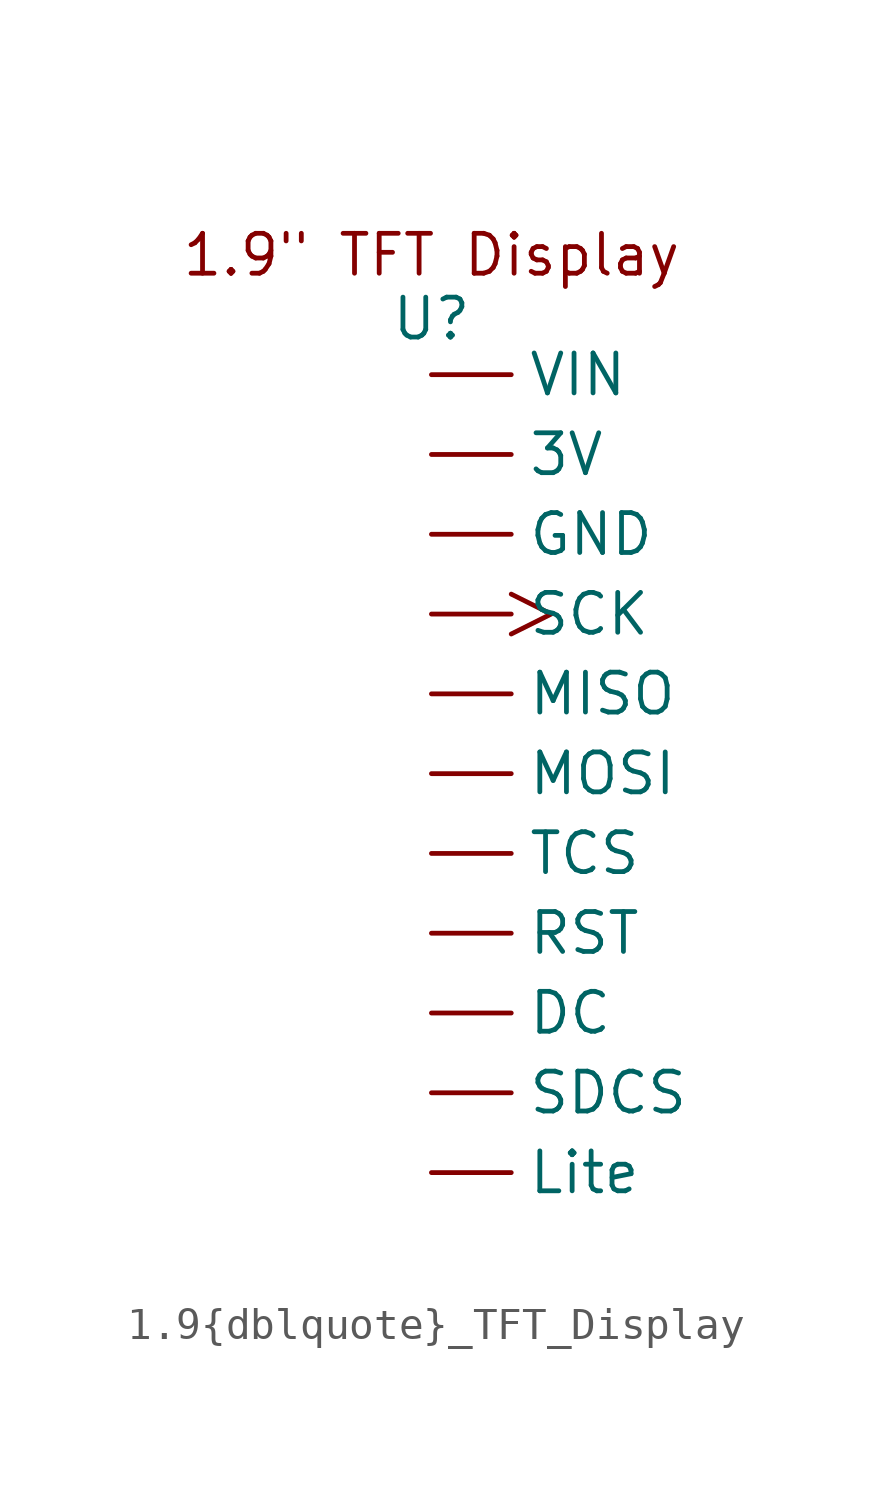
<source format=kicad_sym>
(kicad_symbol_lib
  (version 20231120)
  (generator "kicad_symbol_editor")
  (generator_version "8.0")
  (symbol "1.9{dblquote}_TFT_Display"
    (property "Reference" "U"
      (at 0 1.778 0)
      (effects (font (size 1.27 1.27))))
    (property "Value" ""
      (at 0 0 0)
      (effects (font (size 1.27 1.27))))
    (symbol "1.9{dblquote}_TFT_Display_1_1"
      (text "1.9\" TFT Display" (at 0 3.81 0) (effects (font (size 1.27 1.27))))
      (pin output line (at 0 -2.54 0) (length 2.54) (name "3V" (effects (font (size 1.27 1.27)))) (number "" (effects (font (size 1.27 1.27)))))
      (pin output line (at 0 -20.32 0) (length 2.54) (name "DC" (effects (font (size 1.27 1.27)))) (number "" (effects (font (size 1.27 1.27)))))
      (pin output line (at 0 -5.08 0) (length 2.54) (name "GND" (effects (font (size 1.27 1.27)))) (number "" (effects (font (size 1.27 1.27)))))
      (pin output line (at 0 -25.4 0) (length 2.54) (name "Lite" (effects (font (size 1.27 1.27)))) (number "" (effects (font (size 1.27 1.27)))))
      (pin output line (at 0 -10.16 0) (length 2.54) (name "MISO" (effects (font (size 1.27 1.27)))) (number "" (effects (font (size 1.27 1.27)))))
      (pin output line (at 0 -12.7 0) (length 2.54) (name "MOSI" (effects (font (size 1.27 1.27)))) (number "" (effects (font (size 1.27 1.27)))))
      (pin output line (at 0 -17.78 0) (length 2.54) (name "RST" (effects (font (size 1.27 1.27)))) (number "" (effects (font (size 1.27 1.27)))))
      (pin output clock (at 0 -7.62 0) (length 2.54) (name "SCK" (effects (font (size 1.27 1.27)))) (number "" (effects (font (size 1.27 1.27)))))
      (pin output line (at 0 -22.86 0) (length 2.54) (name "SDCS" (effects (font (size 1.27 1.27)))) (number "" (effects (font (size 1.27 1.27)))))
      (pin output line (at 0 -15.24 0) (length 2.54) (name "TCS" (effects (font (size 1.27 1.27)))) (number "" (effects (font (size 1.27 1.27)))))
      (pin output line (at 0 0 0) (length 2.54) (name "VIN" (effects (font (size 1.27 1.27)))) (number "" (effects (font (size 1.27 1.27))))))))
</source>
